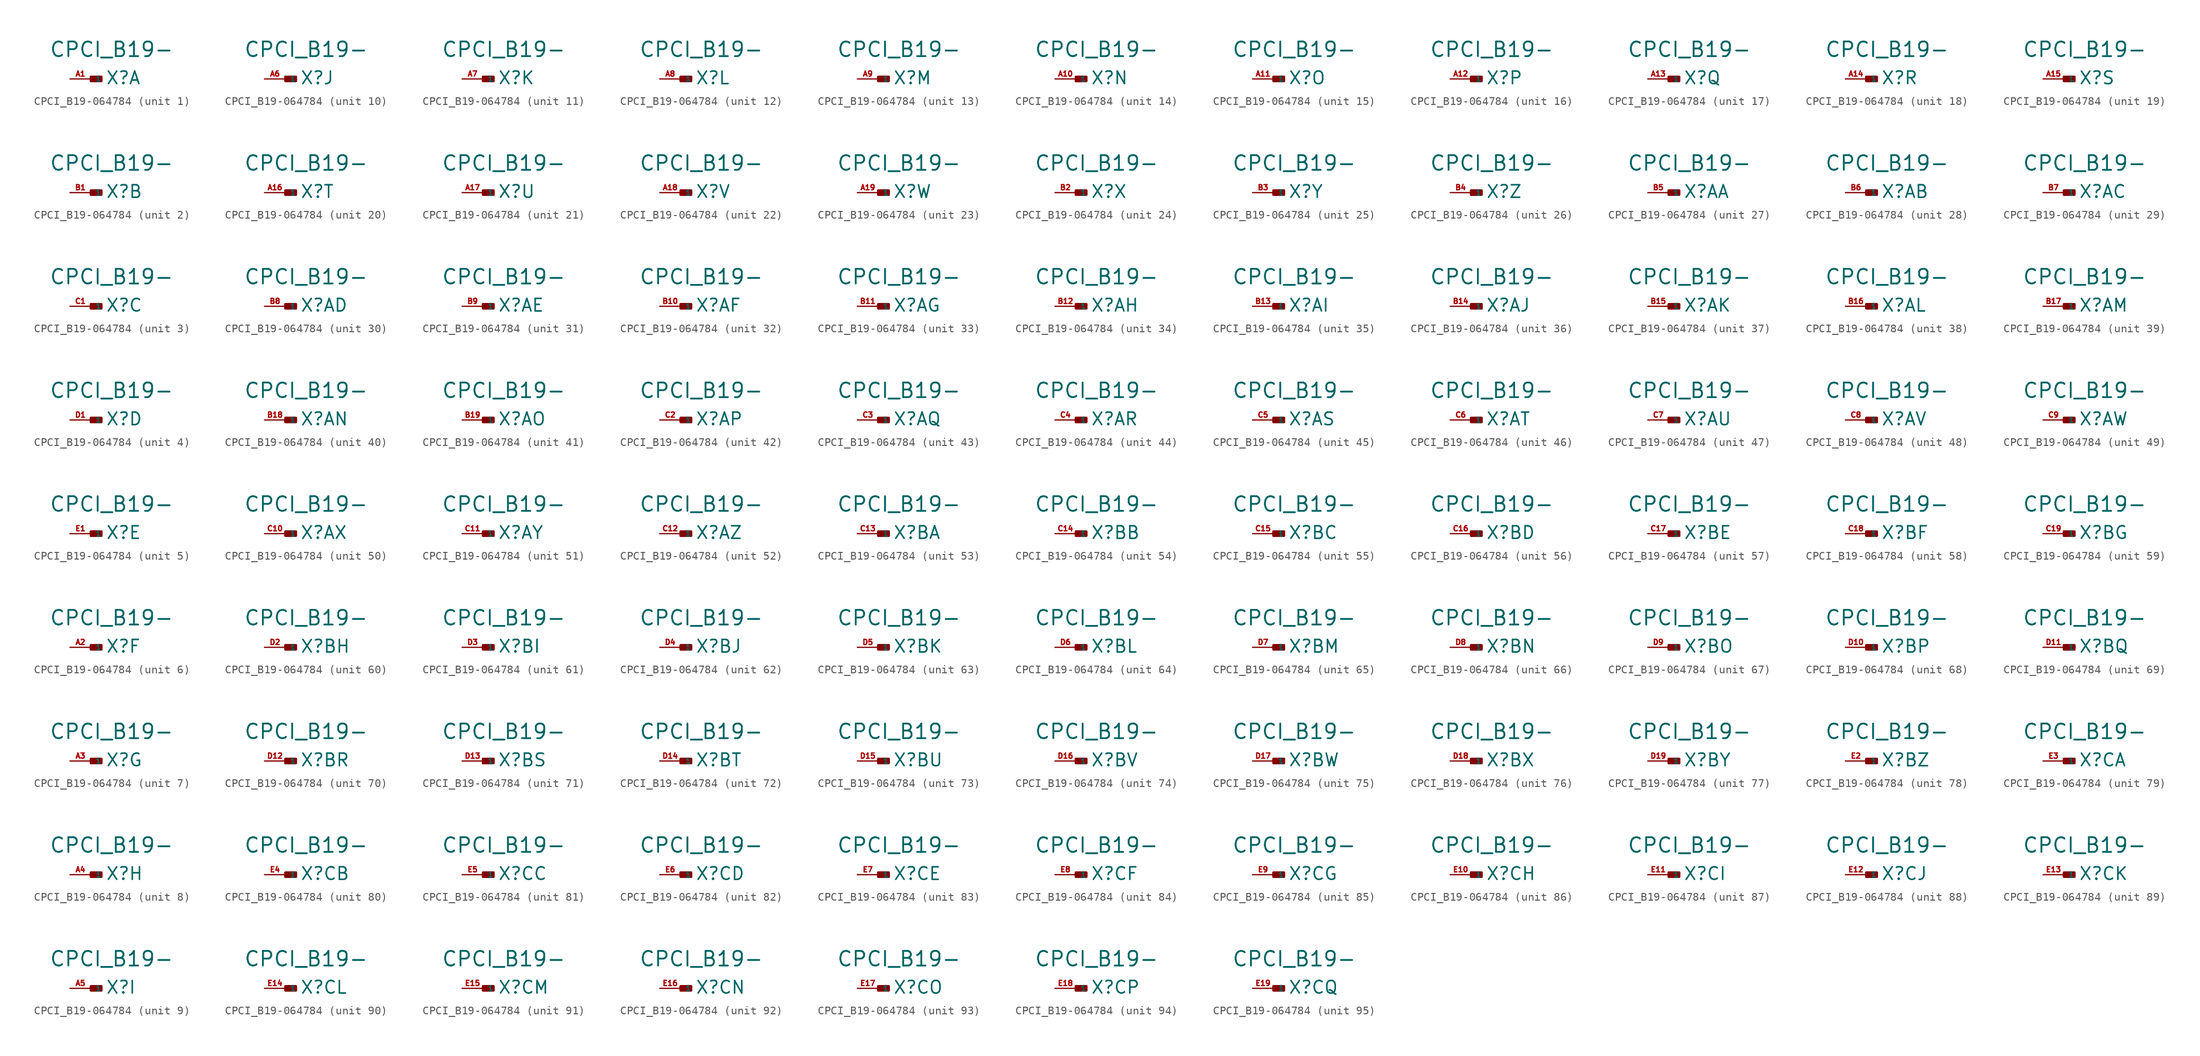
<source format=kicad_sym>
(kicad_symbol_lib
  (version 20220914)
  (generator Eagle2Kicad)
  (symbol "CPCI_B19-064784"
    (property "Reference" "X"
      (at 1.778 -0.762 0)
      (effects (font (size 1.524 1.524) (thickness 0.19)) (justify left bottom)))
    (property "Value" "CPCI_B19-"
      (at -5.08 2.54 0)
      (effects (font (size 1.778 1.778) (thickness 0.22)) (justify left bottom)))
    (symbol "CPCI_B19-064784_1_0"
      (rectangle (start 0 -0.254) (end 1.27 0.254) (stroke (width 0.3) (type default)) (fill (type outline)))
      (pin input line (at -2.54 0 0) (length 2.54) (name "1" (effects (font (size 0.635 0.635) (thickness 0.08)) (justify left bottom))) (number "A1" (effects (font (size 0.635 0.635) (thickness 0.08)) (justify left bottom)))))
    (symbol "CPCI_B19-064784_2_0"
      (rectangle (start 0 -0.254) (end 1.27 0.254) (stroke (width 0.3) (type default)) (fill (type outline)))
      (pin input line (at -2.54 0 0) (length 2.54) (name "1" (effects (font (size 0.635 0.635) (thickness 0.08)) (justify left bottom))) (number "B1" (effects (font (size 0.635 0.635) (thickness 0.08)) (justify left bottom)))))
    (symbol "CPCI_B19-064784_3_0"
      (rectangle (start 0 -0.254) (end 1.27 0.254) (stroke (width 0.3) (type default)) (fill (type outline)))
      (pin input line (at -2.54 0 0) (length 2.54) (name "1" (effects (font (size 0.635 0.635) (thickness 0.08)) (justify left bottom))) (number "C1" (effects (font (size 0.635 0.635) (thickness 0.08)) (justify left bottom)))))
    (symbol "CPCI_B19-064784_4_0"
      (rectangle (start 0 -0.254) (end 1.27 0.254) (stroke (width 0.3) (type default)) (fill (type outline)))
      (pin input line (at -2.54 0 0) (length 2.54) (name "1" (effects (font (size 0.635 0.635) (thickness 0.08)) (justify left bottom))) (number "D1" (effects (font (size 0.635 0.635) (thickness 0.08)) (justify left bottom)))))
    (symbol "CPCI_B19-064784_5_0"
      (rectangle (start 0 -0.254) (end 1.27 0.254) (stroke (width 0.3) (type default)) (fill (type outline)))
      (pin input line (at -2.54 0 0) (length 2.54) (name "1" (effects (font (size 0.635 0.635) (thickness 0.08)) (justify left bottom))) (number "E1" (effects (font (size 0.635 0.635) (thickness 0.08)) (justify left bottom)))))
    (symbol "CPCI_B19-064784_6_0"
      (rectangle (start 0 -0.254) (end 1.27 0.254) (stroke (width 0.3) (type default)) (fill (type outline)))
      (pin input line (at -2.54 0 0) (length 2.54) (name "1" (effects (font (size 0.635 0.635) (thickness 0.08)) (justify left bottom))) (number "A2" (effects (font (size 0.635 0.635) (thickness 0.08)) (justify left bottom)))))
    (symbol "CPCI_B19-064784_7_0"
      (rectangle (start 0 -0.254) (end 1.27 0.254) (stroke (width 0.3) (type default)) (fill (type outline)))
      (pin input line (at -2.54 0 0) (length 2.54) (name "1" (effects (font (size 0.635 0.635) (thickness 0.08)) (justify left bottom))) (number "A3" (effects (font (size 0.635 0.635) (thickness 0.08)) (justify left bottom)))))
    (symbol "CPCI_B19-064784_8_0"
      (rectangle (start 0 -0.254) (end 1.27 0.254) (stroke (width 0.3) (type default)) (fill (type outline)))
      (pin input line (at -2.54 0 0) (length 2.54) (name "1" (effects (font (size 0.635 0.635) (thickness 0.08)) (justify left bottom))) (number "A4" (effects (font (size 0.635 0.635) (thickness 0.08)) (justify left bottom)))))
    (symbol "CPCI_B19-064784_9_0"
      (rectangle (start 0 -0.254) (end 1.27 0.254) (stroke (width 0.3) (type default)) (fill (type outline)))
      (pin input line (at -2.54 0 0) (length 2.54) (name "1" (effects (font (size 0.635 0.635) (thickness 0.08)) (justify left bottom))) (number "A5" (effects (font (size 0.635 0.635) (thickness 0.08)) (justify left bottom)))))
    (symbol "CPCI_B19-064784_10_0"
      (rectangle (start 0 -0.254) (end 1.27 0.254) (stroke (width 0.3) (type default)) (fill (type outline)))
      (pin input line (at -2.54 0 0) (length 2.54) (name "1" (effects (font (size 0.635 0.635) (thickness 0.08)) (justify left bottom))) (number "A6" (effects (font (size 0.635 0.635) (thickness 0.08)) (justify left bottom)))))
    (symbol "CPCI_B19-064784_11_0"
      (rectangle (start 0 -0.254) (end 1.27 0.254) (stroke (width 0.3) (type default)) (fill (type outline)))
      (pin input line (at -2.54 0 0) (length 2.54) (name "1" (effects (font (size 0.635 0.635) (thickness 0.08)) (justify left bottom))) (number "A7" (effects (font (size 0.635 0.635) (thickness 0.08)) (justify left bottom)))))
    (symbol "CPCI_B19-064784_12_0"
      (rectangle (start 0 -0.254) (end 1.27 0.254) (stroke (width 0.3) (type default)) (fill (type outline)))
      (pin input line (at -2.54 0 0) (length 2.54) (name "1" (effects (font (size 0.635 0.635) (thickness 0.08)) (justify left bottom))) (number "A8" (effects (font (size 0.635 0.635) (thickness 0.08)) (justify left bottom)))))
    (symbol "CPCI_B19-064784_13_0"
      (rectangle (start 0 -0.254) (end 1.27 0.254) (stroke (width 0.3) (type default)) (fill (type outline)))
      (pin input line (at -2.54 0 0) (length 2.54) (name "1" (effects (font (size 0.635 0.635) (thickness 0.08)) (justify left bottom))) (number "A9" (effects (font (size 0.635 0.635) (thickness 0.08)) (justify left bottom)))))
    (symbol "CPCI_B19-064784_14_0"
      (rectangle (start 0 -0.254) (end 1.27 0.254) (stroke (width 0.3) (type default)) (fill (type outline)))
      (pin input line (at -2.54 0 0) (length 2.54) (name "1" (effects (font (size 0.635 0.635) (thickness 0.08)) (justify left bottom))) (number "A10" (effects (font (size 0.635 0.635) (thickness 0.08)) (justify left bottom)))))
    (symbol "CPCI_B19-064784_15_0"
      (rectangle (start 0 -0.254) (end 1.27 0.254) (stroke (width 0.3) (type default)) (fill (type outline)))
      (pin input line (at -2.54 0 0) (length 2.54) (name "1" (effects (font (size 0.635 0.635) (thickness 0.08)) (justify left bottom))) (number "A11" (effects (font (size 0.635 0.635) (thickness 0.08)) (justify left bottom)))))
    (symbol "CPCI_B19-064784_16_0"
      (rectangle (start 0 -0.254) (end 1.27 0.254) (stroke (width 0.3) (type default)) (fill (type outline)))
      (pin input line (at -2.54 0 0) (length 2.54) (name "1" (effects (font (size 0.635 0.635) (thickness 0.08)) (justify left bottom))) (number "A12" (effects (font (size 0.635 0.635) (thickness 0.08)) (justify left bottom)))))
    (symbol "CPCI_B19-064784_17_0"
      (rectangle (start 0 -0.254) (end 1.27 0.254) (stroke (width 0.3) (type default)) (fill (type outline)))
      (pin input line (at -2.54 0 0) (length 2.54) (name "1" (effects (font (size 0.635 0.635) (thickness 0.08)) (justify left bottom))) (number "A13" (effects (font (size 0.635 0.635) (thickness 0.08)) (justify left bottom)))))
    (symbol "CPCI_B19-064784_18_0"
      (rectangle (start 0 -0.254) (end 1.27 0.254) (stroke (width 0.3) (type default)) (fill (type outline)))
      (pin input line (at -2.54 0 0) (length 2.54) (name "1" (effects (font (size 0.635 0.635) (thickness 0.08)) (justify left bottom))) (number "A14" (effects (font (size 0.635 0.635) (thickness 0.08)) (justify left bottom)))))
    (symbol "CPCI_B19-064784_19_0"
      (rectangle (start 0 -0.254) (end 1.27 0.254) (stroke (width 0.3) (type default)) (fill (type outline)))
      (pin input line (at -2.54 0 0) (length 2.54) (name "1" (effects (font (size 0.635 0.635) (thickness 0.08)) (justify left bottom))) (number "A15" (effects (font (size 0.635 0.635) (thickness 0.08)) (justify left bottom)))))
    (symbol "CPCI_B19-064784_20_0"
      (rectangle (start 0 -0.254) (end 1.27 0.254) (stroke (width 0.3) (type default)) (fill (type outline)))
      (pin input line (at -2.54 0 0) (length 2.54) (name "1" (effects (font (size 0.635 0.635) (thickness 0.08)) (justify left bottom))) (number "A16" (effects (font (size 0.635 0.635) (thickness 0.08)) (justify left bottom)))))
    (symbol "CPCI_B19-064784_21_0"
      (rectangle (start 0 -0.254) (end 1.27 0.254) (stroke (width 0.3) (type default)) (fill (type outline)))
      (pin input line (at -2.54 0 0) (length 2.54) (name "1" (effects (font (size 0.635 0.635) (thickness 0.08)) (justify left bottom))) (number "A17" (effects (font (size 0.635 0.635) (thickness 0.08)) (justify left bottom)))))
    (symbol "CPCI_B19-064784_22_0"
      (rectangle (start 0 -0.254) (end 1.27 0.254) (stroke (width 0.3) (type default)) (fill (type outline)))
      (pin input line (at -2.54 0 0) (length 2.54) (name "1" (effects (font (size 0.635 0.635) (thickness 0.08)) (justify left bottom))) (number "A18" (effects (font (size 0.635 0.635) (thickness 0.08)) (justify left bottom)))))
    (symbol "CPCI_B19-064784_23_0"
      (rectangle (start 0 -0.254) (end 1.27 0.254) (stroke (width 0.3) (type default)) (fill (type outline)))
      (pin input line (at -2.54 0 0) (length 2.54) (name "1" (effects (font (size 0.635 0.635) (thickness 0.08)) (justify left bottom))) (number "A19" (effects (font (size 0.635 0.635) (thickness 0.08)) (justify left bottom)))))
    (symbol "CPCI_B19-064784_24_0"
      (rectangle (start 0 -0.254) (end 1.27 0.254) (stroke (width 0.3) (type default)) (fill (type outline)))
      (pin input line (at -2.54 0 0) (length 2.54) (name "1" (effects (font (size 0.635 0.635) (thickness 0.08)) (justify left bottom))) (number "B2" (effects (font (size 0.635 0.635) (thickness 0.08)) (justify left bottom)))))
    (symbol "CPCI_B19-064784_25_0"
      (rectangle (start 0 -0.254) (end 1.27 0.254) (stroke (width 0.3) (type default)) (fill (type outline)))
      (pin input line (at -2.54 0 0) (length 2.54) (name "1" (effects (font (size 0.635 0.635) (thickness 0.08)) (justify left bottom))) (number "B3" (effects (font (size 0.635 0.635) (thickness 0.08)) (justify left bottom)))))
    (symbol "CPCI_B19-064784_26_0"
      (rectangle (start 0 -0.254) (end 1.27 0.254) (stroke (width 0.3) (type default)) (fill (type outline)))
      (pin input line (at -2.54 0 0) (length 2.54) (name "1" (effects (font (size 0.635 0.635) (thickness 0.08)) (justify left bottom))) (number "B4" (effects (font (size 0.635 0.635) (thickness 0.08)) (justify left bottom)))))
    (symbol "CPCI_B19-064784_27_0"
      (rectangle (start 0 -0.254) (end 1.27 0.254) (stroke (width 0.3) (type default)) (fill (type outline)))
      (pin input line (at -2.54 0 0) (length 2.54) (name "1" (effects (font (size 0.635 0.635) (thickness 0.08)) (justify left bottom))) (number "B5" (effects (font (size 0.635 0.635) (thickness 0.08)) (justify left bottom)))))
    (symbol "CPCI_B19-064784_28_0"
      (rectangle (start 0 -0.254) (end 1.27 0.254) (stroke (width 0.3) (type default)) (fill (type outline)))
      (pin input line (at -2.54 0 0) (length 2.54) (name "1" (effects (font (size 0.635 0.635) (thickness 0.08)) (justify left bottom))) (number "B6" (effects (font (size 0.635 0.635) (thickness 0.08)) (justify left bottom)))))
    (symbol "CPCI_B19-064784_29_0"
      (rectangle (start 0 -0.254) (end 1.27 0.254) (stroke (width 0.3) (type default)) (fill (type outline)))
      (pin input line (at -2.54 0 0) (length 2.54) (name "1" (effects (font (size 0.635 0.635) (thickness 0.08)) (justify left bottom))) (number "B7" (effects (font (size 0.635 0.635) (thickness 0.08)) (justify left bottom)))))
    (symbol "CPCI_B19-064784_30_0"
      (rectangle (start 0 -0.254) (end 1.27 0.254) (stroke (width 0.3) (type default)) (fill (type outline)))
      (pin input line (at -2.54 0 0) (length 2.54) (name "1" (effects (font (size 0.635 0.635) (thickness 0.08)) (justify left bottom))) (number "B8" (effects (font (size 0.635 0.635) (thickness 0.08)) (justify left bottom)))))
    (symbol "CPCI_B19-064784_31_0"
      (rectangle (start 0 -0.254) (end 1.27 0.254) (stroke (width 0.3) (type default)) (fill (type outline)))
      (pin input line (at -2.54 0 0) (length 2.54) (name "1" (effects (font (size 0.635 0.635) (thickness 0.08)) (justify left bottom))) (number "B9" (effects (font (size 0.635 0.635) (thickness 0.08)) (justify left bottom)))))
    (symbol "CPCI_B19-064784_32_0"
      (rectangle (start 0 -0.254) (end 1.27 0.254) (stroke (width 0.3) (type default)) (fill (type outline)))
      (pin input line (at -2.54 0 0) (length 2.54) (name "1" (effects (font (size 0.635 0.635) (thickness 0.08)) (justify left bottom))) (number "B10" (effects (font (size 0.635 0.635) (thickness 0.08)) (justify left bottom)))))
    (symbol "CPCI_B19-064784_33_0"
      (rectangle (start 0 -0.254) (end 1.27 0.254) (stroke (width 0.3) (type default)) (fill (type outline)))
      (pin input line (at -2.54 0 0) (length 2.54) (name "1" (effects (font (size 0.635 0.635) (thickness 0.08)) (justify left bottom))) (number "B11" (effects (font (size 0.635 0.635) (thickness 0.08)) (justify left bottom)))))
    (symbol "CPCI_B19-064784_34_0"
      (rectangle (start 0 -0.254) (end 1.27 0.254) (stroke (width 0.3) (type default)) (fill (type outline)))
      (pin input line (at -2.54 0 0) (length 2.54) (name "1" (effects (font (size 0.635 0.635) (thickness 0.08)) (justify left bottom))) (number "B12" (effects (font (size 0.635 0.635) (thickness 0.08)) (justify left bottom)))))
    (symbol "CPCI_B19-064784_35_0"
      (rectangle (start 0 -0.254) (end 1.27 0.254) (stroke (width 0.3) (type default)) (fill (type outline)))
      (pin input line (at -2.54 0 0) (length 2.54) (name "1" (effects (font (size 0.635 0.635) (thickness 0.08)) (justify left bottom))) (number "B13" (effects (font (size 0.635 0.635) (thickness 0.08)) (justify left bottom)))))
    (symbol "CPCI_B19-064784_36_0"
      (rectangle (start 0 -0.254) (end 1.27 0.254) (stroke (width 0.3) (type default)) (fill (type outline)))
      (pin input line (at -2.54 0 0) (length 2.54) (name "1" (effects (font (size 0.635 0.635) (thickness 0.08)) (justify left bottom))) (number "B14" (effects (font (size 0.635 0.635) (thickness 0.08)) (justify left bottom)))))
    (symbol "CPCI_B19-064784_37_0"
      (rectangle (start 0 -0.254) (end 1.27 0.254) (stroke (width 0.3) (type default)) (fill (type outline)))
      (pin input line (at -2.54 0 0) (length 2.54) (name "1" (effects (font (size 0.635 0.635) (thickness 0.08)) (justify left bottom))) (number "B15" (effects (font (size 0.635 0.635) (thickness 0.08)) (justify left bottom)))))
    (symbol "CPCI_B19-064784_38_0"
      (rectangle (start 0 -0.254) (end 1.27 0.254) (stroke (width 0.3) (type default)) (fill (type outline)))
      (pin input line (at -2.54 0 0) (length 2.54) (name "1" (effects (font (size 0.635 0.635) (thickness 0.08)) (justify left bottom))) (number "B16" (effects (font (size 0.635 0.635) (thickness 0.08)) (justify left bottom)))))
    (symbol "CPCI_B19-064784_39_0"
      (rectangle (start 0 -0.254) (end 1.27 0.254) (stroke (width 0.3) (type default)) (fill (type outline)))
      (pin input line (at -2.54 0 0) (length 2.54) (name "1" (effects (font (size 0.635 0.635) (thickness 0.08)) (justify left bottom))) (number "B17" (effects (font (size 0.635 0.635) (thickness 0.08)) (justify left bottom)))))
    (symbol "CPCI_B19-064784_40_0"
      (rectangle (start 0 -0.254) (end 1.27 0.254) (stroke (width 0.3) (type default)) (fill (type outline)))
      (pin input line (at -2.54 0 0) (length 2.54) (name "1" (effects (font (size 0.635 0.635) (thickness 0.08)) (justify left bottom))) (number "B18" (effects (font (size 0.635 0.635) (thickness 0.08)) (justify left bottom)))))
    (symbol "CPCI_B19-064784_41_0"
      (rectangle (start 0 -0.254) (end 1.27 0.254) (stroke (width 0.3) (type default)) (fill (type outline)))
      (pin input line (at -2.54 0 0) (length 2.54) (name "1" (effects (font (size 0.635 0.635) (thickness 0.08)) (justify left bottom))) (number "B19" (effects (font (size 0.635 0.635) (thickness 0.08)) (justify left bottom)))))
    (symbol "CPCI_B19-064784_42_0"
      (rectangle (start 0 -0.254) (end 1.27 0.254) (stroke (width 0.3) (type default)) (fill (type outline)))
      (pin input line (at -2.54 0 0) (length 2.54) (name "1" (effects (font (size 0.635 0.635) (thickness 0.08)) (justify left bottom))) (number "C2" (effects (font (size 0.635 0.635) (thickness 0.08)) (justify left bottom)))))
    (symbol "CPCI_B19-064784_43_0"
      (rectangle (start 0 -0.254) (end 1.27 0.254) (stroke (width 0.3) (type default)) (fill (type outline)))
      (pin input line (at -2.54 0 0) (length 2.54) (name "1" (effects (font (size 0.635 0.635) (thickness 0.08)) (justify left bottom))) (number "C3" (effects (font (size 0.635 0.635) (thickness 0.08)) (justify left bottom)))))
    (symbol "CPCI_B19-064784_44_0"
      (rectangle (start 0 -0.254) (end 1.27 0.254) (stroke (width 0.3) (type default)) (fill (type outline)))
      (pin input line (at -2.54 0 0) (length 2.54) (name "1" (effects (font (size 0.635 0.635) (thickness 0.08)) (justify left bottom))) (number "C4" (effects (font (size 0.635 0.635) (thickness 0.08)) (justify left bottom)))))
    (symbol "CPCI_B19-064784_45_0"
      (rectangle (start 0 -0.254) (end 1.27 0.254) (stroke (width 0.3) (type default)) (fill (type outline)))
      (pin input line (at -2.54 0 0) (length 2.54) (name "1" (effects (font (size 0.635 0.635) (thickness 0.08)) (justify left bottom))) (number "C5" (effects (font (size 0.635 0.635) (thickness 0.08)) (justify left bottom)))))
    (symbol "CPCI_B19-064784_46_0"
      (rectangle (start 0 -0.254) (end 1.27 0.254) (stroke (width 0.3) (type default)) (fill (type outline)))
      (pin input line (at -2.54 0 0) (length 2.54) (name "1" (effects (font (size 0.635 0.635) (thickness 0.08)) (justify left bottom))) (number "C6" (effects (font (size 0.635 0.635) (thickness 0.08)) (justify left bottom)))))
    (symbol "CPCI_B19-064784_47_0"
      (rectangle (start 0 -0.254) (end 1.27 0.254) (stroke (width 0.3) (type default)) (fill (type outline)))
      (pin input line (at -2.54 0 0) (length 2.54) (name "1" (effects (font (size 0.635 0.635) (thickness 0.08)) (justify left bottom))) (number "C7" (effects (font (size 0.635 0.635) (thickness 0.08)) (justify left bottom)))))
    (symbol "CPCI_B19-064784_48_0"
      (rectangle (start 0 -0.254) (end 1.27 0.254) (stroke (width 0.3) (type default)) (fill (type outline)))
      (pin input line (at -2.54 0 0) (length 2.54) (name "1" (effects (font (size 0.635 0.635) (thickness 0.08)) (justify left bottom))) (number "C8" (effects (font (size 0.635 0.635) (thickness 0.08)) (justify left bottom)))))
    (symbol "CPCI_B19-064784_49_0"
      (rectangle (start 0 -0.254) (end 1.27 0.254) (stroke (width 0.3) (type default)) (fill (type outline)))
      (pin input line (at -2.54 0 0) (length 2.54) (name "1" (effects (font (size 0.635 0.635) (thickness 0.08)) (justify left bottom))) (number "C9" (effects (font (size 0.635 0.635) (thickness 0.08)) (justify left bottom)))))
    (symbol "CPCI_B19-064784_50_0"
      (rectangle (start 0 -0.254) (end 1.27 0.254) (stroke (width 0.3) (type default)) (fill (type outline)))
      (pin input line (at -2.54 0 0) (length 2.54) (name "1" (effects (font (size 0.635 0.635) (thickness 0.08)) (justify left bottom))) (number "C10" (effects (font (size 0.635 0.635) (thickness 0.08)) (justify left bottom)))))
    (symbol "CPCI_B19-064784_51_0"
      (rectangle (start 0 -0.254) (end 1.27 0.254) (stroke (width 0.3) (type default)) (fill (type outline)))
      (pin input line (at -2.54 0 0) (length 2.54) (name "1" (effects (font (size 0.635 0.635) (thickness 0.08)) (justify left bottom))) (number "C11" (effects (font (size 0.635 0.635) (thickness 0.08)) (justify left bottom)))))
    (symbol "CPCI_B19-064784_52_0"
      (rectangle (start 0 -0.254) (end 1.27 0.254) (stroke (width 0.3) (type default)) (fill (type outline)))
      (pin input line (at -2.54 0 0) (length 2.54) (name "1" (effects (font (size 0.635 0.635) (thickness 0.08)) (justify left bottom))) (number "C12" (effects (font (size 0.635 0.635) (thickness 0.08)) (justify left bottom)))))
    (symbol "CPCI_B19-064784_53_0"
      (rectangle (start 0 -0.254) (end 1.27 0.254) (stroke (width 0.3) (type default)) (fill (type outline)))
      (pin input line (at -2.54 0 0) (length 2.54) (name "1" (effects (font (size 0.635 0.635) (thickness 0.08)) (justify left bottom))) (number "C13" (effects (font (size 0.635 0.635) (thickness 0.08)) (justify left bottom)))))
    (symbol "CPCI_B19-064784_54_0"
      (rectangle (start 0 -0.254) (end 1.27 0.254) (stroke (width 0.3) (type default)) (fill (type outline)))
      (pin input line (at -2.54 0 0) (length 2.54) (name "1" (effects (font (size 0.635 0.635) (thickness 0.08)) (justify left bottom))) (number "C14" (effects (font (size 0.635 0.635) (thickness 0.08)) (justify left bottom)))))
    (symbol "CPCI_B19-064784_55_0"
      (rectangle (start 0 -0.254) (end 1.27 0.254) (stroke (width 0.3) (type default)) (fill (type outline)))
      (pin input line (at -2.54 0 0) (length 2.54) (name "1" (effects (font (size 0.635 0.635) (thickness 0.08)) (justify left bottom))) (number "C15" (effects (font (size 0.635 0.635) (thickness 0.08)) (justify left bottom)))))
    (symbol "CPCI_B19-064784_56_0"
      (rectangle (start 0 -0.254) (end 1.27 0.254) (stroke (width 0.3) (type default)) (fill (type outline)))
      (pin input line (at -2.54 0 0) (length 2.54) (name "1" (effects (font (size 0.635 0.635) (thickness 0.08)) (justify left bottom))) (number "C16" (effects (font (size 0.635 0.635) (thickness 0.08)) (justify left bottom)))))
    (symbol "CPCI_B19-064784_57_0"
      (rectangle (start 0 -0.254) (end 1.27 0.254) (stroke (width 0.3) (type default)) (fill (type outline)))
      (pin input line (at -2.54 0 0) (length 2.54) (name "1" (effects (font (size 0.635 0.635) (thickness 0.08)) (justify left bottom))) (number "C17" (effects (font (size 0.635 0.635) (thickness 0.08)) (justify left bottom)))))
    (symbol "CPCI_B19-064784_58_0"
      (rectangle (start 0 -0.254) (end 1.27 0.254) (stroke (width 0.3) (type default)) (fill (type outline)))
      (pin input line (at -2.54 0 0) (length 2.54) (name "1" (effects (font (size 0.635 0.635) (thickness 0.08)) (justify left bottom))) (number "C18" (effects (font (size 0.635 0.635) (thickness 0.08)) (justify left bottom)))))
    (symbol "CPCI_B19-064784_59_0"
      (rectangle (start 0 -0.254) (end 1.27 0.254) (stroke (width 0.3) (type default)) (fill (type outline)))
      (pin input line (at -2.54 0 0) (length 2.54) (name "1" (effects (font (size 0.635 0.635) (thickness 0.08)) (justify left bottom))) (number "C19" (effects (font (size 0.635 0.635) (thickness 0.08)) (justify left bottom)))))
    (symbol "CPCI_B19-064784_60_0"
      (rectangle (start 0 -0.254) (end 1.27 0.254) (stroke (width 0.3) (type default)) (fill (type outline)))
      (pin input line (at -2.54 0 0) (length 2.54) (name "1" (effects (font (size 0.635 0.635) (thickness 0.08)) (justify left bottom))) (number "D2" (effects (font (size 0.635 0.635) (thickness 0.08)) (justify left bottom)))))
    (symbol "CPCI_B19-064784_61_0"
      (rectangle (start 0 -0.254) (end 1.27 0.254) (stroke (width 0.3) (type default)) (fill (type outline)))
      (pin input line (at -2.54 0 0) (length 2.54) (name "1" (effects (font (size 0.635 0.635) (thickness 0.08)) (justify left bottom))) (number "D3" (effects (font (size 0.635 0.635) (thickness 0.08)) (justify left bottom)))))
    (symbol "CPCI_B19-064784_62_0"
      (rectangle (start 0 -0.254) (end 1.27 0.254) (stroke (width 0.3) (type default)) (fill (type outline)))
      (pin input line (at -2.54 0 0) (length 2.54) (name "1" (effects (font (size 0.635 0.635) (thickness 0.08)) (justify left bottom))) (number "D4" (effects (font (size 0.635 0.635) (thickness 0.08)) (justify left bottom)))))
    (symbol "CPCI_B19-064784_63_0"
      (rectangle (start 0 -0.254) (end 1.27 0.254) (stroke (width 0.3) (type default)) (fill (type outline)))
      (pin input line (at -2.54 0 0) (length 2.54) (name "1" (effects (font (size 0.635 0.635) (thickness 0.08)) (justify left bottom))) (number "D5" (effects (font (size 0.635 0.635) (thickness 0.08)) (justify left bottom)))))
    (symbol "CPCI_B19-064784_64_0"
      (rectangle (start 0 -0.254) (end 1.27 0.254) (stroke (width 0.3) (type default)) (fill (type outline)))
      (pin input line (at -2.54 0 0) (length 2.54) (name "1" (effects (font (size 0.635 0.635) (thickness 0.08)) (justify left bottom))) (number "D6" (effects (font (size 0.635 0.635) (thickness 0.08)) (justify left bottom)))))
    (symbol "CPCI_B19-064784_65_0"
      (rectangle (start 0 -0.254) (end 1.27 0.254) (stroke (width 0.3) (type default)) (fill (type outline)))
      (pin input line (at -2.54 0 0) (length 2.54) (name "1" (effects (font (size 0.635 0.635) (thickness 0.08)) (justify left bottom))) (number "D7" (effects (font (size 0.635 0.635) (thickness 0.08)) (justify left bottom)))))
    (symbol "CPCI_B19-064784_66_0"
      (rectangle (start 0 -0.254) (end 1.27 0.254) (stroke (width 0.3) (type default)) (fill (type outline)))
      (pin input line (at -2.54 0 0) (length 2.54) (name "1" (effects (font (size 0.635 0.635) (thickness 0.08)) (justify left bottom))) (number "D8" (effects (font (size 0.635 0.635) (thickness 0.08)) (justify left bottom)))))
    (symbol "CPCI_B19-064784_67_0"
      (rectangle (start 0 -0.254) (end 1.27 0.254) (stroke (width 0.3) (type default)) (fill (type outline)))
      (pin input line (at -2.54 0 0) (length 2.54) (name "1" (effects (font (size 0.635 0.635) (thickness 0.08)) (justify left bottom))) (number "D9" (effects (font (size 0.635 0.635) (thickness 0.08)) (justify left bottom)))))
    (symbol "CPCI_B19-064784_68_0"
      (rectangle (start 0 -0.254) (end 1.27 0.254) (stroke (width 0.3) (type default)) (fill (type outline)))
      (pin input line (at -2.54 0 0) (length 2.54) (name "1" (effects (font (size 0.635 0.635) (thickness 0.08)) (justify left bottom))) (number "D10" (effects (font (size 0.635 0.635) (thickness 0.08)) (justify left bottom)))))
    (symbol "CPCI_B19-064784_69_0"
      (rectangle (start 0 -0.254) (end 1.27 0.254) (stroke (width 0.3) (type default)) (fill (type outline)))
      (pin input line (at -2.54 0 0) (length 2.54) (name "1" (effects (font (size 0.635 0.635) (thickness 0.08)) (justify left bottom))) (number "D11" (effects (font (size 0.635 0.635) (thickness 0.08)) (justify left bottom)))))
    (symbol "CPCI_B19-064784_70_0"
      (rectangle (start 0 -0.254) (end 1.27 0.254) (stroke (width 0.3) (type default)) (fill (type outline)))
      (pin input line (at -2.54 0 0) (length 2.54) (name "1" (effects (font (size 0.635 0.635) (thickness 0.08)) (justify left bottom))) (number "D12" (effects (font (size 0.635 0.635) (thickness 0.08)) (justify left bottom)))))
    (symbol "CPCI_B19-064784_71_0"
      (rectangle (start 0 -0.254) (end 1.27 0.254) (stroke (width 0.3) (type default)) (fill (type outline)))
      (pin input line (at -2.54 0 0) (length 2.54) (name "1" (effects (font (size 0.635 0.635) (thickness 0.08)) (justify left bottom))) (number "D13" (effects (font (size 0.635 0.635) (thickness 0.08)) (justify left bottom)))))
    (symbol "CPCI_B19-064784_72_0"
      (rectangle (start 0 -0.254) (end 1.27 0.254) (stroke (width 0.3) (type default)) (fill (type outline)))
      (pin input line (at -2.54 0 0) (length 2.54) (name "1" (effects (font (size 0.635 0.635) (thickness 0.08)) (justify left bottom))) (number "D14" (effects (font (size 0.635 0.635) (thickness 0.08)) (justify left bottom)))))
    (symbol "CPCI_B19-064784_73_0"
      (rectangle (start 0 -0.254) (end 1.27 0.254) (stroke (width 0.3) (type default)) (fill (type outline)))
      (pin input line (at -2.54 0 0) (length 2.54) (name "1" (effects (font (size 0.635 0.635) (thickness 0.08)) (justify left bottom))) (number "D15" (effects (font (size 0.635 0.635) (thickness 0.08)) (justify left bottom)))))
    (symbol "CPCI_B19-064784_74_0"
      (rectangle (start 0 -0.254) (end 1.27 0.254) (stroke (width 0.3) (type default)) (fill (type outline)))
      (pin input line (at -2.54 0 0) (length 2.54) (name "1" (effects (font (size 0.635 0.635) (thickness 0.08)) (justify left bottom))) (number "D16" (effects (font (size 0.635 0.635) (thickness 0.08)) (justify left bottom)))))
    (symbol "CPCI_B19-064784_75_0"
      (rectangle (start 0 -0.254) (end 1.27 0.254) (stroke (width 0.3) (type default)) (fill (type outline)))
      (pin input line (at -2.54 0 0) (length 2.54) (name "1" (effects (font (size 0.635 0.635) (thickness 0.08)) (justify left bottom))) (number "D17" (effects (font (size 0.635 0.635) (thickness 0.08)) (justify left bottom)))))
    (symbol "CPCI_B19-064784_76_0"
      (rectangle (start 0 -0.254) (end 1.27 0.254) (stroke (width 0.3) (type default)) (fill (type outline)))
      (pin input line (at -2.54 0 0) (length 2.54) (name "1" (effects (font (size 0.635 0.635) (thickness 0.08)) (justify left bottom))) (number "D18" (effects (font (size 0.635 0.635) (thickness 0.08)) (justify left bottom)))))
    (symbol "CPCI_B19-064784_77_0"
      (rectangle (start 0 -0.254) (end 1.27 0.254) (stroke (width 0.3) (type default)) (fill (type outline)))
      (pin input line (at -2.54 0 0) (length 2.54) (name "1" (effects (font (size 0.635 0.635) (thickness 0.08)) (justify left bottom))) (number "D19" (effects (font (size 0.635 0.635) (thickness 0.08)) (justify left bottom)))))
    (symbol "CPCI_B19-064784_78_0"
      (rectangle (start 0 -0.254) (end 1.27 0.254) (stroke (width 0.3) (type default)) (fill (type outline)))
      (pin input line (at -2.54 0 0) (length 2.54) (name "1" (effects (font (size 0.635 0.635) (thickness 0.08)) (justify left bottom))) (number "E2" (effects (font (size 0.635 0.635) (thickness 0.08)) (justify left bottom)))))
    (symbol "CPCI_B19-064784_79_0"
      (rectangle (start 0 -0.254) (end 1.27 0.254) (stroke (width 0.3) (type default)) (fill (type outline)))
      (pin input line (at -2.54 0 0) (length 2.54) (name "1" (effects (font (size 0.635 0.635) (thickness 0.08)) (justify left bottom))) (number "E3" (effects (font (size 0.635 0.635) (thickness 0.08)) (justify left bottom)))))
    (symbol "CPCI_B19-064784_80_0"
      (rectangle (start 0 -0.254) (end 1.27 0.254) (stroke (width 0.3) (type default)) (fill (type outline)))
      (pin input line (at -2.54 0 0) (length 2.54) (name "1" (effects (font (size 0.635 0.635) (thickness 0.08)) (justify left bottom))) (number "E4" (effects (font (size 0.635 0.635) (thickness 0.08)) (justify left bottom)))))
    (symbol "CPCI_B19-064784_81_0"
      (rectangle (start 0 -0.254) (end 1.27 0.254) (stroke (width 0.3) (type default)) (fill (type outline)))
      (pin input line (at -2.54 0 0) (length 2.54) (name "1" (effects (font (size 0.635 0.635) (thickness 0.08)) (justify left bottom))) (number "E5" (effects (font (size 0.635 0.635) (thickness 0.08)) (justify left bottom)))))
    (symbol "CPCI_B19-064784_82_0"
      (rectangle (start 0 -0.254) (end 1.27 0.254) (stroke (width 0.3) (type default)) (fill (type outline)))
      (pin input line (at -2.54 0 0) (length 2.54) (name "1" (effects (font (size 0.635 0.635) (thickness 0.08)) (justify left bottom))) (number "E6" (effects (font (size 0.635 0.635) (thickness 0.08)) (justify left bottom)))))
    (symbol "CPCI_B19-064784_83_0"
      (rectangle (start 0 -0.254) (end 1.27 0.254) (stroke (width 0.3) (type default)) (fill (type outline)))
      (pin input line (at -2.54 0 0) (length 2.54) (name "1" (effects (font (size 0.635 0.635) (thickness 0.08)) (justify left bottom))) (number "E7" (effects (font (size 0.635 0.635) (thickness 0.08)) (justify left bottom)))))
    (symbol "CPCI_B19-064784_84_0"
      (rectangle (start 0 -0.254) (end 1.27 0.254) (stroke (width 0.3) (type default)) (fill (type outline)))
      (pin input line (at -2.54 0 0) (length 2.54) (name "1" (effects (font (size 0.635 0.635) (thickness 0.08)) (justify left bottom))) (number "E8" (effects (font (size 0.635 0.635) (thickness 0.08)) (justify left bottom)))))
    (symbol "CPCI_B19-064784_85_0"
      (rectangle (start 0 -0.254) (end 1.27 0.254) (stroke (width 0.3) (type default)) (fill (type outline)))
      (pin input line (at -2.54 0 0) (length 2.54) (name "1" (effects (font (size 0.635 0.635) (thickness 0.08)) (justify left bottom))) (number "E9" (effects (font (size 0.635 0.635) (thickness 0.08)) (justify left bottom)))))
    (symbol "CPCI_B19-064784_86_0"
      (rectangle (start 0 -0.254) (end 1.27 0.254) (stroke (width 0.3) (type default)) (fill (type outline)))
      (pin input line (at -2.54 0 0) (length 2.54) (name "1" (effects (font (size 0.635 0.635) (thickness 0.08)) (justify left bottom))) (number "E10" (effects (font (size 0.635 0.635) (thickness 0.08)) (justify left bottom)))))
    (symbol "CPCI_B19-064784_87_0"
      (rectangle (start 0 -0.254) (end 1.27 0.254) (stroke (width 0.3) (type default)) (fill (type outline)))
      (pin input line (at -2.54 0 0) (length 2.54) (name "1" (effects (font (size 0.635 0.635) (thickness 0.08)) (justify left bottom))) (number "E11" (effects (font (size 0.635 0.635) (thickness 0.08)) (justify left bottom)))))
    (symbol "CPCI_B19-064784_88_0"
      (rectangle (start 0 -0.254) (end 1.27 0.254) (stroke (width 0.3) (type default)) (fill (type outline)))
      (pin input line (at -2.54 0 0) (length 2.54) (name "1" (effects (font (size 0.635 0.635) (thickness 0.08)) (justify left bottom))) (number "E12" (effects (font (size 0.635 0.635) (thickness 0.08)) (justify left bottom)))))
    (symbol "CPCI_B19-064784_89_0"
      (rectangle (start 0 -0.254) (end 1.27 0.254) (stroke (width 0.3) (type default)) (fill (type outline)))
      (pin input line (at -2.54 0 0) (length 2.54) (name "1" (effects (font (size 0.635 0.635) (thickness 0.08)) (justify left bottom))) (number "E13" (effects (font (size 0.635 0.635) (thickness 0.08)) (justify left bottom)))))
    (symbol "CPCI_B19-064784_90_0"
      (rectangle (start 0 -0.254) (end 1.27 0.254) (stroke (width 0.3) (type default)) (fill (type outline)))
      (pin input line (at -2.54 0 0) (length 2.54) (name "1" (effects (font (size 0.635 0.635) (thickness 0.08)) (justify left bottom))) (number "E14" (effects (font (size 0.635 0.635) (thickness 0.08)) (justify left bottom)))))
    (symbol "CPCI_B19-064784_91_0"
      (rectangle (start 0 -0.254) (end 1.27 0.254) (stroke (width 0.3) (type default)) (fill (type outline)))
      (pin input line (at -2.54 0 0) (length 2.54) (name "1" (effects (font (size 0.635 0.635) (thickness 0.08)) (justify left bottom))) (number "E15" (effects (font (size 0.635 0.635) (thickness 0.08)) (justify left bottom)))))
    (symbol "CPCI_B19-064784_92_0"
      (rectangle (start 0 -0.254) (end 1.27 0.254) (stroke (width 0.3) (type default)) (fill (type outline)))
      (pin input line (at -2.54 0 0) (length 2.54) (name "1" (effects (font (size 0.635 0.635) (thickness 0.08)) (justify left bottom))) (number "E16" (effects (font (size 0.635 0.635) (thickness 0.08)) (justify left bottom)))))
    (symbol "CPCI_B19-064784_93_0"
      (rectangle (start 0 -0.254) (end 1.27 0.254) (stroke (width 0.3) (type default)) (fill (type outline)))
      (pin input line (at -2.54 0 0) (length 2.54) (name "1" (effects (font (size 0.635 0.635) (thickness 0.08)) (justify left bottom))) (number "E17" (effects (font (size 0.635 0.635) (thickness 0.08)) (justify left bottom)))))
    (symbol "CPCI_B19-064784_94_0"
      (rectangle (start 0 -0.254) (end 1.27 0.254) (stroke (width 0.3) (type default)) (fill (type outline)))
      (pin input line (at -2.54 0 0) (length 2.54) (name "1" (effects (font (size 0.635 0.635) (thickness 0.08)) (justify left bottom))) (number "E18" (effects (font (size 0.635 0.635) (thickness 0.08)) (justify left bottom)))))
    (symbol "CPCI_B19-064784_95_0"
      (rectangle (start 0 -0.254) (end 1.27 0.254) (stroke (width 0.3) (type default)) (fill (type outline)))
      (pin input line (at -2.54 0 0) (length 2.54) (name "1" (effects (font (size 0.635 0.635) (thickness 0.08)) (justify left bottom))) (number "E19" (effects (font (size 0.635 0.635) (thickness 0.08)) (justify left bottom)))))))
</source>
